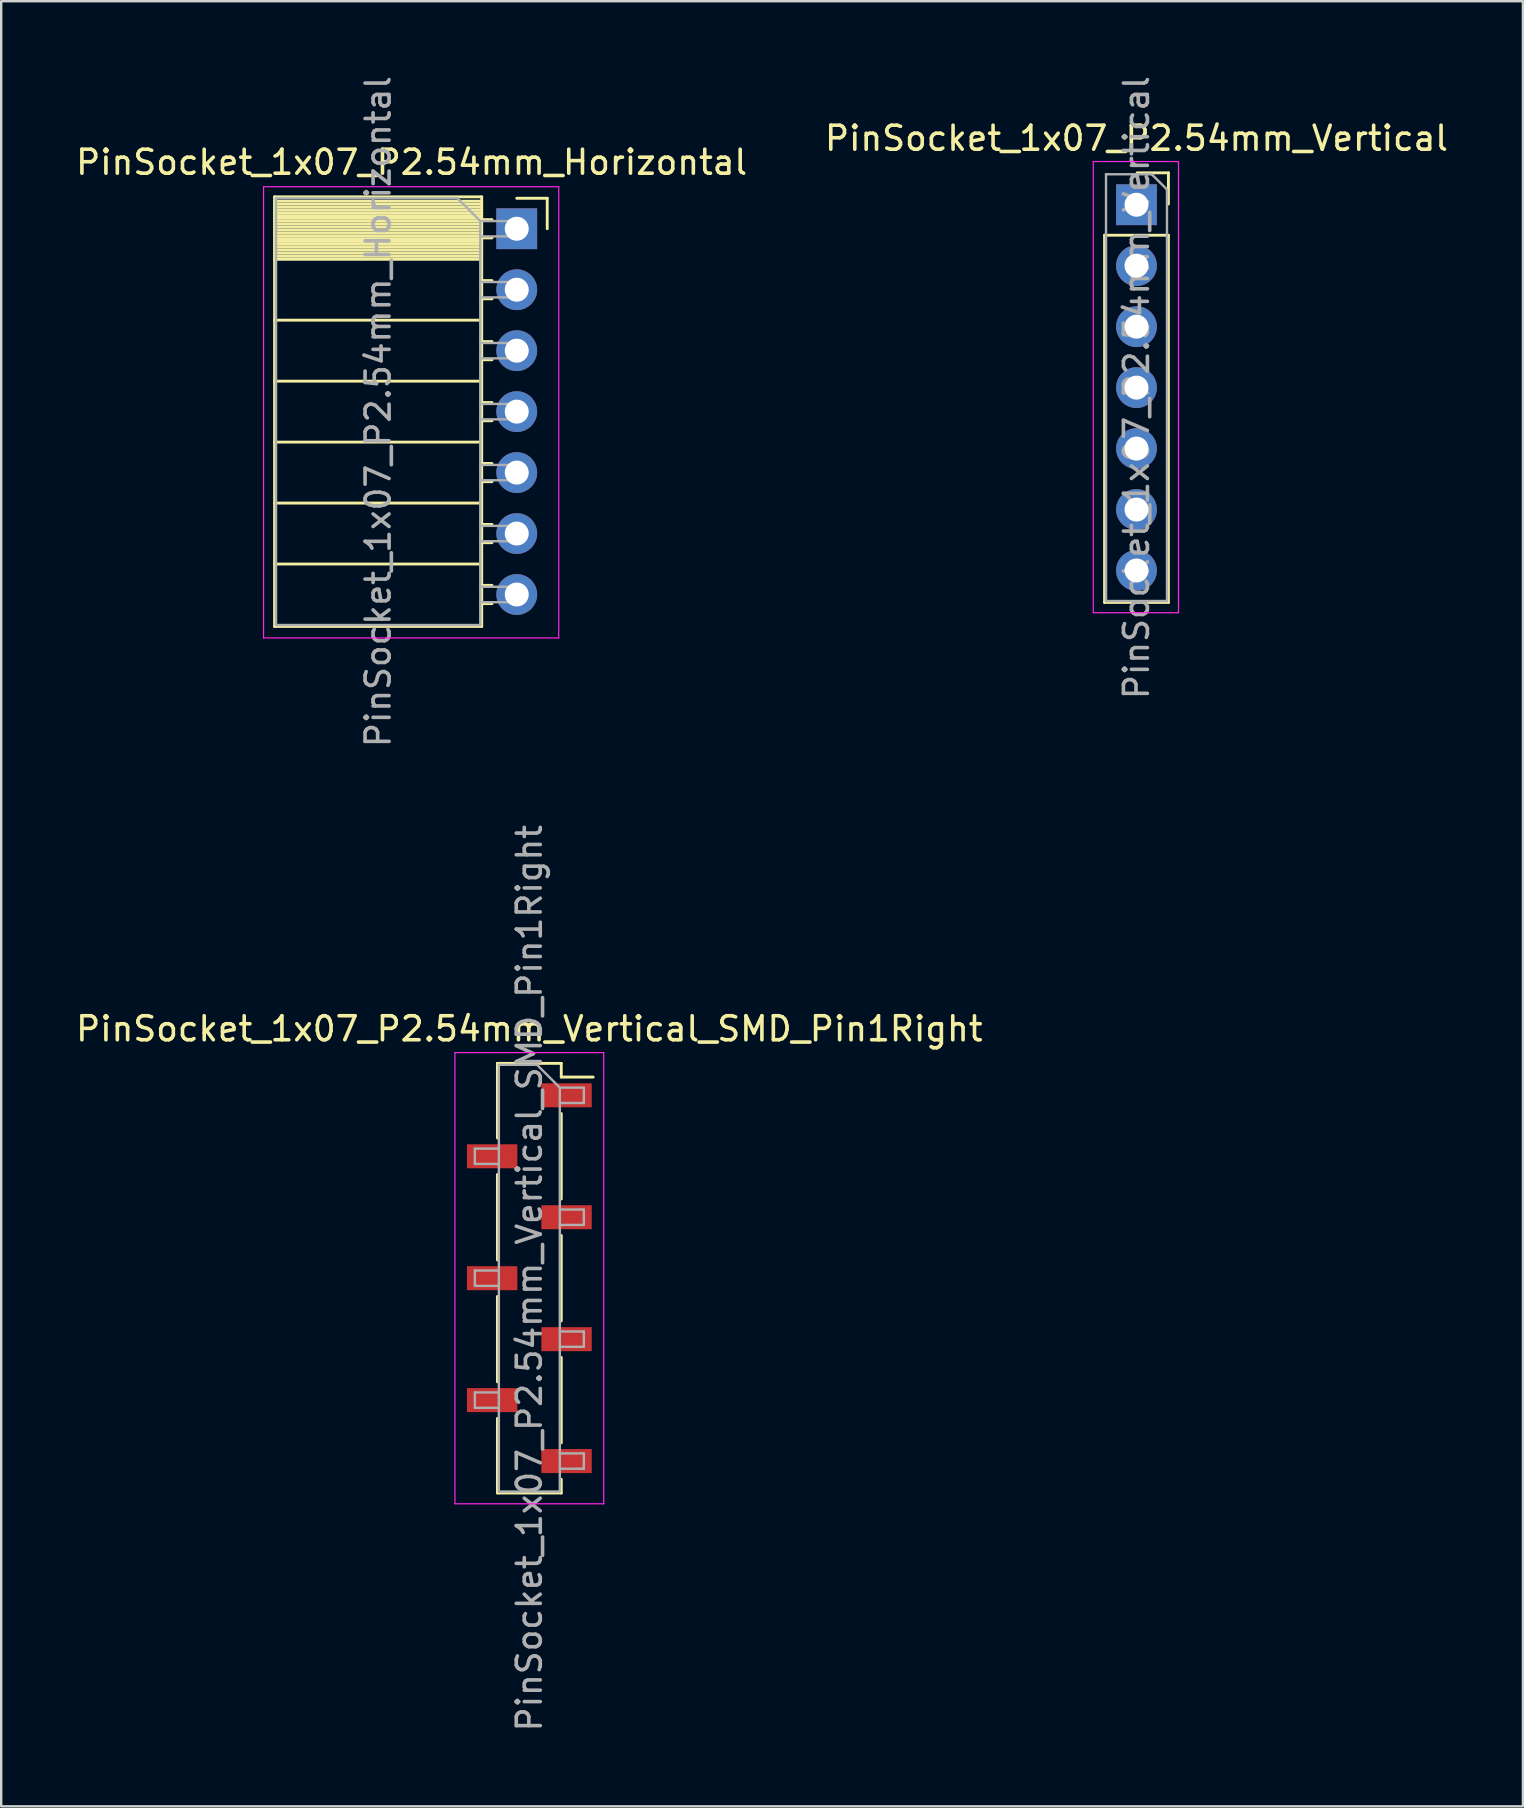
<source format=kicad_pcb>
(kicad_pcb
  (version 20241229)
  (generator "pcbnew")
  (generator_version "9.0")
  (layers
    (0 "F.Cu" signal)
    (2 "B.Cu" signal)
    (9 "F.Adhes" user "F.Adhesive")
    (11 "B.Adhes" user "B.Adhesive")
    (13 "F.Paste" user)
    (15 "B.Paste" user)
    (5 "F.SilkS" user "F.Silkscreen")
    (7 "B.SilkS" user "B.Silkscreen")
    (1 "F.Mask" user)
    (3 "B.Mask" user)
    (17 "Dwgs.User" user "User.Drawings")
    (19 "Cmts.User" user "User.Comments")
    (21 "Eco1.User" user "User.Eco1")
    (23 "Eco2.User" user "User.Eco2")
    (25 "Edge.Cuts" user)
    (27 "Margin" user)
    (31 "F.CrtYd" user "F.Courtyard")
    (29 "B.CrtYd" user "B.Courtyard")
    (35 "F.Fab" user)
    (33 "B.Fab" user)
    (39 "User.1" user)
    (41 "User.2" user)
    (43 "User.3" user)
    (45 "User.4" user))
  (footprint "PinSocket_1x07_P2.54mm_Vertical"
    (layer "F.Cu")
    (at 44.304 5.481)
    (property "Reference" "PinSocket_1x07_P2.54mm_Vertical" (at 0 -2.77 0) (layer "F.SilkS") (effects (font (size 1 1) (thickness 0.15))))
    (attr through_hole)
    (fp_line (start -1.33 1.27) (end -1.33 16.57) (stroke (width 0.12) (type solid)) (layer "F.SilkS"))
    (fp_line (start -1.33 16.57) (end 1.33 16.57) (stroke (width 0.12) (type solid)) (layer "F.SilkS"))
    (fp_line (start 1.33 -1.33) (end 0.03 -1.33) (stroke (width 0.12) (type solid)) (layer "F.SilkS"))
    (fp_line (start 1.33 -0.03) (end 1.33 -1.33) (stroke (width 0.12) (type solid)) (layer "F.SilkS"))
    (fp_line (start 1.33 1.27) (end -1.33 1.27) (stroke (width 0.12) (type solid)) (layer "F.SilkS"))
    (fp_line (start 1.33 16.57) (end 1.33 1.27) (stroke (width 0.12) (type solid)) (layer "F.SilkS"))
    (fp_line (start -1.8 -1.8) (end 1.75 -1.8) (stroke (width 0.05) (type solid)) (layer "F.CrtYd"))
    (fp_line (start -1.8 17) (end -1.8 -1.8) (stroke (width 0.05) (type solid)) (layer "F.CrtYd"))
    (fp_line (start 1.75 -1.8) (end 1.75 17) (stroke (width 0.05) (type solid)) (layer "F.CrtYd"))
    (fp_line (start 1.75 17) (end -1.8 17) (stroke (width 0.05) (type solid)) (layer "F.CrtYd"))
    (fp_line (start -1.27 -1.27) (end 0.635 -1.27) (stroke (width 0.1) (type solid)) (layer "F.Fab"))
    (fp_line (start -1.27 16.51) (end -1.27 -1.27) (stroke (width 0.1) (type solid)) (layer "F.Fab"))
    (fp_line (start 0.635 -1.27) (end 1.27 -0.635) (stroke (width 0.1) (type solid)) (layer "F.Fab"))
    (fp_line (start 1.27 -0.635) (end 1.27 16.51) (stroke (width 0.1) (type solid)) (layer "F.Fab"))
    (fp_line (start 1.27 16.51) (end -1.27 16.51) (stroke (width 0.1) (type solid)) (layer "F.Fab"))
    (fp_text user "${REFERENCE}" (at 0 7.62 90) (layer "F.Fab") (effects (font (size 1 1) (thickness 0.15))))
    (pad "1" thru_hole rect (at 0 0) (size 1.7 1.7) (drill 1) (layers "*.Cu" "*.Mask"))
    (pad "2" thru_hole oval (at 0 2.54) (size 1.7 1.7) (drill 1) (layers "*.Cu" "*.Mask"))
    (pad "3" thru_hole oval (at 0 5.08) (size 1.7 1.7) (drill 1) (layers "*.Cu" "*.Mask"))
    (pad "4" thru_hole oval (at 0 7.62) (size 1.7 1.7) (drill 1) (layers "*.Cu" "*.Mask"))
    (pad "5" thru_hole oval (at 0 10.16) (size 1.7 1.7) (drill 1) (layers "*.Cu" "*.Mask"))
    (pad "6" thru_hole oval (at 0 12.7) (size 1.7 1.7) (drill 1) (layers "*.Cu" "*.Mask"))
    (pad "7" thru_hole oval (at 0 15.24) (size 1.7 1.7) (drill 1) (layers "*.Cu" "*.Mask")))
  (footprint "PinSocket_1x07_P2.54mm_Vertical_SMD_Pin1Right"
    (layer "F.Cu")
    (at 19.006 50.208)
    (property "Reference" "PinSocket_1x07_P2.54mm_Vertical_SMD_Pin1Right" (at 0 -10.39 0) (layer "F.SilkS") (effects (font (size 1 1) (thickness 0.15))))
    (attr smd)
    (fp_line (start -1.33 -8.95) (end -1.33 -5.84) (stroke (width 0.12) (type solid)) (layer "F.SilkS"))
    (fp_line (start -1.33 -8.95) (end 1.33 -8.95) (stroke (width 0.12) (type solid)) (layer "F.SilkS"))
    (fp_line (start -1.33 -4.32) (end -1.33 -0.76) (stroke (width 0.12) (type solid)) (layer "F.SilkS"))
    (fp_line (start -1.33 0.76) (end -1.33 4.32) (stroke (width 0.12) (type solid)) (layer "F.SilkS"))
    (fp_line (start -1.33 5.84) (end -1.33 8.95) (stroke (width 0.12) (type solid)) (layer "F.SilkS"))
    (fp_line (start 1.33 -8.95) (end 1.33 -8.38) (stroke (width 0.12) (type solid)) (layer "F.SilkS"))
    (fp_line (start 1.33 -8.38) (end 2.66 -8.38) (stroke (width 0.12) (type solid)) (layer "F.SilkS"))
    (fp_line (start 1.33 -6.86) (end 1.33 -3.3) (stroke (width 0.12) (type solid)) (layer "F.SilkS"))
    (fp_line (start 1.33 -1.78) (end 1.33 1.78) (stroke (width 0.12) (type solid)) (layer "F.SilkS"))
    (fp_line (start 1.33 3.3) (end 1.33 6.86) (stroke (width 0.12) (type solid)) (layer "F.SilkS"))
    (fp_line (start 1.33 8.38) (end 1.33 8.95) (stroke (width 0.12) (type solid)) (layer "F.SilkS"))
    (fp_line (start 1.33 8.95) (end -1.33 8.95) (stroke (width 0.12) (type solid)) (layer "F.SilkS"))
    (fp_line (start -3.1 -9.4) (end 3.1 -9.4) (stroke (width 0.05) (type solid)) (layer "F.CrtYd"))
    (fp_line (start -3.1 9.4) (end -3.1 -9.4) (stroke (width 0.05) (type solid)) (layer "F.CrtYd"))
    (fp_line (start 3.1 -9.4) (end 3.1 9.4) (stroke (width 0.05) (type solid)) (layer "F.CrtYd"))
    (fp_line (start 3.1 9.4) (end -3.1 9.4) (stroke (width 0.05) (type solid)) (layer "F.CrtYd"))
    (fp_line (start -2.27 -5.4) (end -1.27 -5.4) (stroke (width 0.1) (type solid)) (layer "F.Fab"))
    (fp_line (start -2.27 -4.76) (end -2.27 -5.4) (stroke (width 0.1) (type solid)) (layer "F.Fab"))
    (fp_line (start -2.27 -0.32) (end -1.27 -0.32) (stroke (width 0.1) (type solid)) (layer "F.Fab"))
    (fp_line (start -2.27 0.32) (end -2.27 -0.32) (stroke (width 0.1) (type solid)) (layer "F.Fab"))
    (fp_line (start -2.27 4.76) (end -1.27 4.76) (stroke (width 0.1) (type solid)) (layer "F.Fab"))
    (fp_line (start -2.27 5.4) (end -2.27 4.76) (stroke (width 0.1) (type solid)) (layer "F.Fab"))
    (fp_line (start -1.27 -8.89) (end 0.32 -8.89) (stroke (width 0.1) (type solid)) (layer "F.Fab"))
    (fp_line (start -1.27 -4.76) (end -2.27 -4.76) (stroke (width 0.1) (type solid)) (layer "F.Fab"))
    (fp_line (start -1.27 0.32) (end -2.27 0.32) (stroke (width 0.1) (type solid)) (layer "F.Fab"))
    (fp_line (start -1.27 5.4) (end -2.27 5.4) (stroke (width 0.1) (type solid)) (layer "F.Fab"))
    (fp_line (start -1.27 8.89) (end -1.27 -8.89) (stroke (width 0.1) (type solid)) (layer "F.Fab"))
    (fp_line (start 0.32 -8.89) (end 1.27 -7.94) (stroke (width 0.1) (type solid)) (layer "F.Fab"))
    (fp_line (start 1.27 -7.94) (end 1.27 8.89) (stroke (width 0.1) (type solid)) (layer "F.Fab"))
    (fp_line (start 1.27 -7.94) (end 2.27 -7.94) (stroke (width 0.1) (type solid)) (layer "F.Fab"))
    (fp_line (start 1.27 -2.86) (end 2.27 -2.86) (stroke (width 0.1) (type solid)) (layer "F.Fab"))
    (fp_line (start 1.27 2.22) (end 2.27 2.22) (stroke (width 0.1) (type solid)) (layer "F.Fab"))
    (fp_line (start 1.27 7.3) (end 2.27 7.3) (stroke (width 0.1) (type solid)) (layer "F.Fab"))
    (fp_line (start 1.27 8.89) (end -1.27 8.89) (stroke (width 0.1) (type solid)) (layer "F.Fab"))
    (fp_line (start 2.27 -7.94) (end 2.27 -7.3) (stroke (width 0.1) (type solid)) (layer "F.Fab"))
    (fp_line (start 2.27 -7.3) (end 1.27 -7.3) (stroke (width 0.1) (type solid)) (layer "F.Fab"))
    (fp_line (start 2.27 -2.86) (end 2.27 -2.22) (stroke (width 0.1) (type solid)) (layer "F.Fab"))
    (fp_line (start 2.27 -2.22) (end 1.27 -2.22) (stroke (width 0.1) (type solid)) (layer "F.Fab"))
    (fp_line (start 2.27 2.22) (end 2.27 2.86) (stroke (width 0.1) (type solid)) (layer "F.Fab"))
    (fp_line (start 2.27 2.86) (end 1.27 2.86) (stroke (width 0.1) (type solid)) (layer "F.Fab"))
    (fp_line (start 2.27 7.3) (end 2.27 7.94) (stroke (width 0.1) (type solid)) (layer "F.Fab"))
    (fp_line (start 2.27 7.94) (end 1.27 7.94) (stroke (width 0.1) (type solid)) (layer "F.Fab"))
    (fp_text user "${REFERENCE}" (at 0 0 90) (layer "F.Fab") (effects (font (size 1 1) (thickness 0.15))))
    (pad "1" smd rect (at 1.55 -7.62) (size 2.1 1) (layers "F.Cu" "F.Mask" "F.Paste"))
    (pad "2" smd rect (at -1.55 -5.08) (size 2.1 1) (layers "F.Cu" "F.Mask" "F.Paste"))
    (pad "3" smd rect (at 1.55 -2.54) (size 2.1 1) (layers "F.Cu" "F.Mask" "F.Paste"))
    (pad "4" smd rect (at -1.55 0) (size 2.1 1) (layers "F.Cu" "F.Mask" "F.Paste"))
    (pad "5" smd rect (at 1.55 2.54) (size 2.1 1) (layers "F.Cu" "F.Mask" "F.Paste"))
    (pad "6" smd rect (at -1.55 5.08) (size 2.1 1) (layers "F.Cu" "F.Mask" "F.Paste"))
    (pad "7" smd rect (at 1.55 7.62) (size 2.1 1) (layers "F.Cu" "F.Mask" "F.Paste")))
  (footprint "PinSocket_1x07_P2.54mm_Horizontal"
    (layer "F.Cu")
    (at 18.481 6.481)
    (property "Reference" "PinSocket_1x07_P2.54mm_Horizontal" (at -4.38 -2.77 0) (layer "F.SilkS") (effects (font (size 1 1) (thickness 0.15))))
    (attr through_hole)
    (fp_line (start -10.09 -1.33) (end -1.46 -1.33) (stroke (width 0.12) (type solid)) (layer "F.SilkS"))
    (fp_line (start -10.09 -1.15) (end -1.46 -1.15) (stroke (width 0.12) (type solid)) (layer "F.SilkS"))
    (fp_line (start -10.09 -1.03) (end -1.46 -1.03) (stroke (width 0.12) (type solid)) (layer "F.SilkS"))
    (fp_line (start -10.09 -0.91) (end -1.46 -0.91) (stroke (width 0.12) (type solid)) (layer "F.SilkS"))
    (fp_line (start -10.09 -0.79) (end -1.46 -0.79) (stroke (width 0.12) (type solid)) (layer "F.SilkS"))
    (fp_line (start -10.09 -0.67) (end -1.46 -0.67) (stroke (width 0.12) (type solid)) (layer "F.SilkS"))
    (fp_line (start -10.09 -0.55) (end -1.46 -0.55) (stroke (width 0.12) (type solid)) (layer "F.SilkS"))
    (fp_line (start -10.09 -0.43) (end -1.46 -0.43) (stroke (width 0.12) (type solid)) (layer "F.SilkS"))
    (fp_line (start -10.09 -0.31) (end -1.46 -0.31) (stroke (width 0.12) (type solid)) (layer "F.SilkS"))
    (fp_line (start -10.09 -0.19) (end -1.46 -0.19) (stroke (width 0.12) (type solid)) (layer "F.SilkS"))
    (fp_line (start -10.09 -0.07) (end -1.46 -0.07) (stroke (width 0.12) (type solid)) (layer "F.SilkS"))
    (fp_line (start -10.09 0.05) (end -1.46 0.05) (stroke (width 0.12) (type solid)) (layer "F.SilkS"))
    (fp_line (start -10.09 0.17) (end -1.46 0.17) (stroke (width 0.12) (type solid)) (layer "F.SilkS"))
    (fp_line (start -10.09 0.29) (end -1.46 0.29) (stroke (width 0.12) (type solid)) (layer "F.SilkS"))
    (fp_line (start -10.09 0.41) (end -1.46 0.41) (stroke (width 0.12) (type solid)) (layer "F.SilkS"))
    (fp_line (start -10.09 0.53) (end -1.46 0.53) (stroke (width 0.12) (type solid)) (layer "F.SilkS"))
    (fp_line (start -10.09 0.65) (end -1.46 0.65) (stroke (width 0.12) (type solid)) (layer "F.SilkS"))
    (fp_line (start -10.09 0.77) (end -1.46 0.77) (stroke (width 0.12) (type solid)) (layer "F.SilkS"))
    (fp_line (start -10.09 0.89) (end -1.46 0.89) (stroke (width 0.12) (type solid)) (layer "F.SilkS"))
    (fp_line (start -10.09 1.01) (end -1.46 1.01) (stroke (width 0.12) (type solid)) (layer "F.SilkS"))
    (fp_line (start -10.09 1.13) (end -1.46 1.13) (stroke (width 0.12) (type solid)) (layer "F.SilkS"))
    (fp_line (start -10.09 1.25) (end -1.46 1.25) (stroke (width 0.12) (type solid)) (layer "F.SilkS"))
    (fp_line (start -10.09 1.27) (end -1.46 1.27) (stroke (width 0.12) (type solid)) (layer "F.SilkS"))
    (fp_line (start -10.09 3.81) (end -1.46 3.81) (stroke (width 0.12) (type solid)) (layer "F.SilkS"))
    (fp_line (start -10.09 6.35) (end -1.46 6.35) (stroke (width 0.12) (type solid)) (layer "F.SilkS"))
    (fp_line (start -10.09 8.89) (end -1.46 8.89) (stroke (width 0.12) (type solid)) (layer "F.SilkS"))
    (fp_line (start -10.09 11.43) (end -1.46 11.43) (stroke (width 0.12) (type solid)) (layer "F.SilkS"))
    (fp_line (start -10.09 13.97) (end -1.46 13.97) (stroke (width 0.12) (type solid)) (layer "F.SilkS"))
    (fp_line (start -10.09 16.57) (end -10.09 -1.33) (stroke (width 0.12) (type solid)) (layer "F.SilkS"))
    (fp_line (start -1.46 -1.33) (end -1.46 16.57) (stroke (width 0.12) (type solid)) (layer "F.SilkS"))
    (fp_line (start -1.46 -0.38) (end -1.03 -0.38) (stroke (width 0.12) (type solid)) (layer "F.SilkS"))
    (fp_line (start -1.46 2.16) (end -1.03 2.16) (stroke (width 0.12) (type solid)) (layer "F.SilkS"))
    (fp_line (start -1.46 4.7) (end -1.03 4.7) (stroke (width 0.12) (type solid)) (layer "F.SilkS"))
    (fp_line (start -1.46 7.24) (end -1.03 7.24) (stroke (width 0.12) (type solid)) (layer "F.SilkS"))
    (fp_line (start -1.46 9.78) (end -1.03 9.78) (stroke (width 0.12) (type solid)) (layer "F.SilkS"))
    (fp_line (start -1.46 12.32) (end -1.03 12.32) (stroke (width 0.12) (type solid)) (layer "F.SilkS"))
    (fp_line (start -1.46 14.86) (end -1.03 14.86) (stroke (width 0.12) (type solid)) (layer "F.SilkS"))
    (fp_line (start -1.46 16.57) (end -10.09 16.57) (stroke (width 0.12) (type solid)) (layer "F.SilkS"))
    (fp_line (start -1.03 0.38) (end -1.46 0.38) (stroke (width 0.12) (type solid)) (layer "F.SilkS"))
    (fp_line (start -1.03 2.92) (end -1.46 2.92) (stroke (width 0.12) (type solid)) (layer "F.SilkS"))
    (fp_line (start -1.03 5.46) (end -1.46 5.46) (stroke (width 0.12) (type solid)) (layer "F.SilkS"))
    (fp_line (start -1.03 8) (end -1.46 8) (stroke (width 0.12) (type solid)) (layer "F.SilkS"))
    (fp_line (start -1.03 10.54) (end -1.46 10.54) (stroke (width 0.12) (type solid)) (layer "F.SilkS"))
    (fp_line (start -1.03 13.08) (end -1.46 13.08) (stroke (width 0.12) (type solid)) (layer "F.SilkS"))
    (fp_line (start -1.03 15.62) (end -1.46 15.62) (stroke (width 0.12) (type solid)) (layer "F.SilkS"))
    (fp_line (start 0 -1.27) (end 1.27 -1.27) (stroke (width 0.12) (type solid)) (layer "F.SilkS"))
    (fp_line (start 1.27 -1.27) (end 1.27 0) (stroke (width 0.12) (type solid)) (layer "F.SilkS"))
    (fp_line (start -10.55 -1.75) (end -10.55 17.05) (stroke (width 0.05) (type solid)) (layer "F.CrtYd"))
    (fp_line (start -10.55 17.05) (end 1.75 17.05) (stroke (width 0.05) (type solid)) (layer "F.CrtYd"))
    (fp_line (start 1.75 -1.75) (end -10.55 -1.75) (stroke (width 0.05) (type solid)) (layer "F.CrtYd"))
    (fp_line (start 1.75 17.05) (end 1.75 -1.75) (stroke (width 0.05) (type solid)) (layer "F.CrtYd"))
    (fp_line (start -10.03 -1.27) (end -2.47 -1.27) (stroke (width 0.1) (type solid)) (layer "F.Fab"))
    (fp_line (start -10.03 16.51) (end -10.03 -1.27) (stroke (width 0.1) (type solid)) (layer "F.Fab"))
    (fp_line (start -2.47 -1.27) (end -1.52 -0.32) (stroke (width 0.1) (type solid)) (layer "F.Fab"))
    (fp_line (start -1.52 -0.32) (end -1.52 16.51) (stroke (width 0.1) (type solid)) (layer "F.Fab"))
    (fp_line (start -1.52 0.32) (end 0 0.32) (stroke (width 0.1) (type solid)) (layer "F.Fab"))
    (fp_line (start -1.52 2.86) (end 0 2.86) (stroke (width 0.1) (type solid)) (layer "F.Fab"))
    (fp_line (start -1.52 5.4) (end 0 5.4) (stroke (width 0.1) (type solid)) (layer "F.Fab"))
    (fp_line (start -1.52 7.94) (end 0 7.94) (stroke (width 0.1) (type solid)) (layer "F.Fab"))
    (fp_line (start -1.52 10.48) (end 0 10.48) (stroke (width 0.1) (type solid)) (layer "F.Fab"))
    (fp_line (start -1.52 13.02) (end 0 13.02) (stroke (width 0.1) (type solid)) (layer "F.Fab"))
    (fp_line (start -1.52 15.56) (end 0 15.56) (stroke (width 0.1) (type solid)) (layer "F.Fab"))
    (fp_line (start -1.52 16.51) (end -10.03 16.51) (stroke (width 0.1) (type solid)) (layer "F.Fab"))
    (fp_line (start 0 -0.32) (end -1.52 -0.32) (stroke (width 0.1) (type solid)) (layer "F.Fab"))
    (fp_line (start 0 0.32) (end 0 -0.32) (stroke (width 0.1) (type solid)) (layer "F.Fab"))
    (fp_line (start 0 2.22) (end -1.52 2.22) (stroke (width 0.1) (type solid)) (layer "F.Fab"))
    (fp_line (start 0 2.86) (end 0 2.22) (stroke (width 0.1) (type solid)) (layer "F.Fab"))
    (fp_line (start 0 4.76) (end -1.52 4.76) (stroke (width 0.1) (type solid)) (layer "F.Fab"))
    (fp_line (start 0 5.4) (end 0 4.76) (stroke (width 0.1) (type solid)) (layer "F.Fab"))
    (fp_line (start 0 7.3) (end -1.52 7.3) (stroke (width 0.1) (type solid)) (layer "F.Fab"))
    (fp_line (start 0 7.94) (end 0 7.3) (stroke (width 0.1) (type solid)) (layer "F.Fab"))
    (fp_line (start 0 9.84) (end -1.52 9.84) (stroke (width 0.1) (type solid)) (layer "F.Fab"))
    (fp_line (start 0 10.48) (end 0 9.84) (stroke (width 0.1) (type solid)) (layer "F.Fab"))
    (fp_line (start 0 12.38) (end -1.52 12.38) (stroke (width 0.1) (type solid)) (layer "F.Fab"))
    (fp_line (start 0 13.02) (end 0 12.38) (stroke (width 0.1) (type solid)) (layer "F.Fab"))
    (fp_line (start 0 14.92) (end -1.52 14.92) (stroke (width 0.1) (type solid)) (layer "F.Fab"))
    (fp_line (start 0 15.56) (end 0 14.92) (stroke (width 0.1) (type solid)) (layer "F.Fab"))
    (fp_text user "${REFERENCE}" (at -5.775 7.62 90) (layer "F.Fab") (effects (font (size 1 1) (thickness 0.15))))
    (pad "1" thru_hole rect (at 0 0) (size 1.7 1.7) (drill 1) (layers "*.Cu" "*.Mask"))
    (pad "2" thru_hole oval (at 0 2.54) (size 1.7 1.7) (drill 1) (layers "*.Cu" "*.Mask"))
    (pad "3" thru_hole oval (at 0 5.08) (size 1.7 1.7) (drill 1) (layers "*.Cu" "*.Mask"))
    (pad "4" thru_hole oval (at 0 7.62) (size 1.7 1.7) (drill 1) (layers "*.Cu" "*.Mask"))
    (pad "5" thru_hole oval (at 0 10.16) (size 1.7 1.7) (drill 1) (layers "*.Cu" "*.Mask"))
    (pad "6" thru_hole oval (at 0 12.7) (size 1.7 1.7) (drill 1) (layers "*.Cu" "*.Mask"))
    (pad "7" thru_hole oval (at 0 15.24) (size 1.7 1.7) (drill 1) (layers "*.Cu" "*.Mask")))
  (gr_rect
    (start -3 -3)
    (end 60.405 72.214)
    (stroke (width 0.1) (type default))
    (fill no)
    (layer "Edge.Cuts")))
</source>
